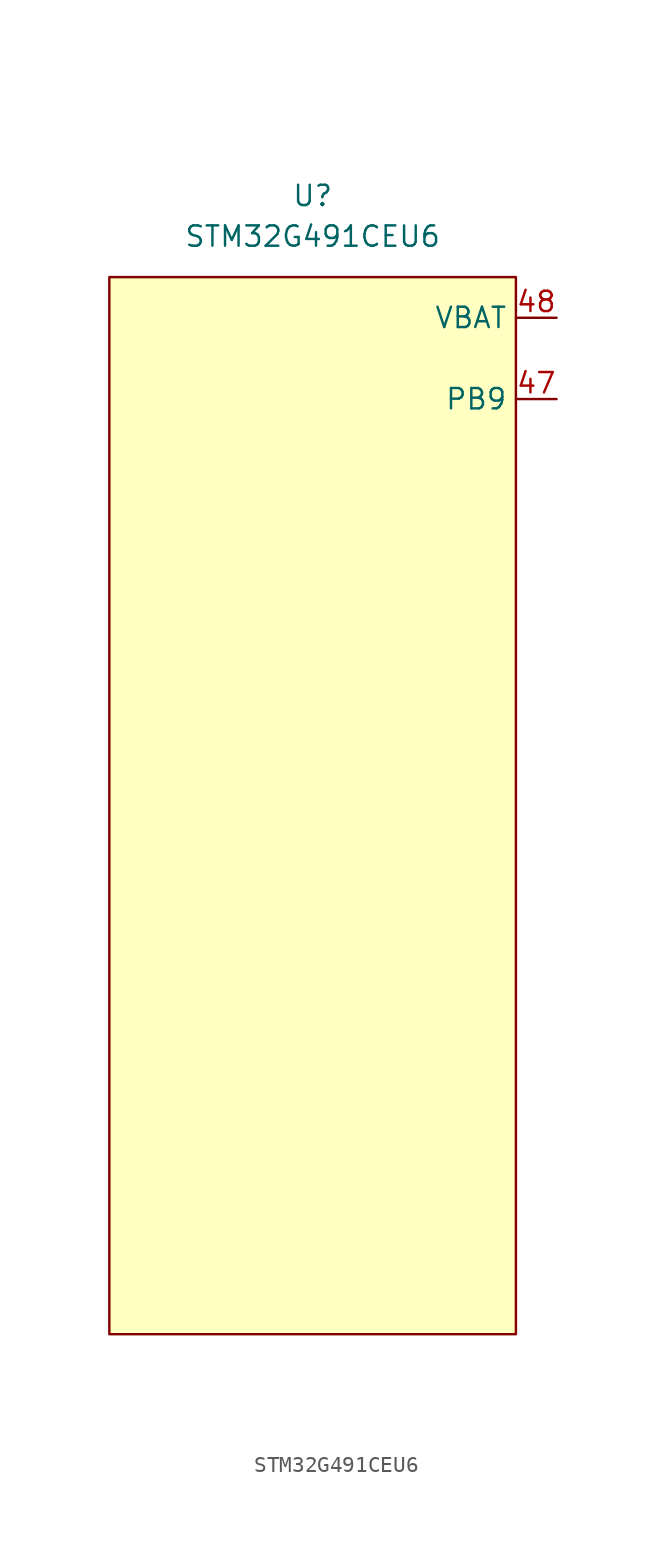
<source format=kicad_sym>
(kicad_symbol_lib
  (version 20211014)
  (generator kicad_symbol_editor)
  (symbol "STM32G491CEU6"
    (property "Reference" "U"
      (at 0 0 0)
      (effects (font (size 1.27 1.27))))
    (property "Value" "STM32G491CEU6"
      (at 0 -2.54 0)
      (effects (font (size 1.27 1.27))))
    (symbol "STM32G491CEU6_0_1"
      (rectangle (start -12.7 -5.08) (end 12.7 -71.12) (stroke (width 0) (type default) (color 0 0 0 0)) (fill (type background))))
    (symbol "STM32G491CEU6_1_1"
      (pin bidirectional line (at 15.24 -12.7 180) (length 2.54) (name "PB9" (effects (font (size 1.27 1.27)))) (number "47" (effects (font (size 1.27 1.27)))))
      (pin input line (at 15.24 -7.62 180) (length 2.54) (name "VBAT" (effects (font (size 1.27 1.27)))) (number "48" (effects (font (size 1.27 1.27))))))))
</source>
